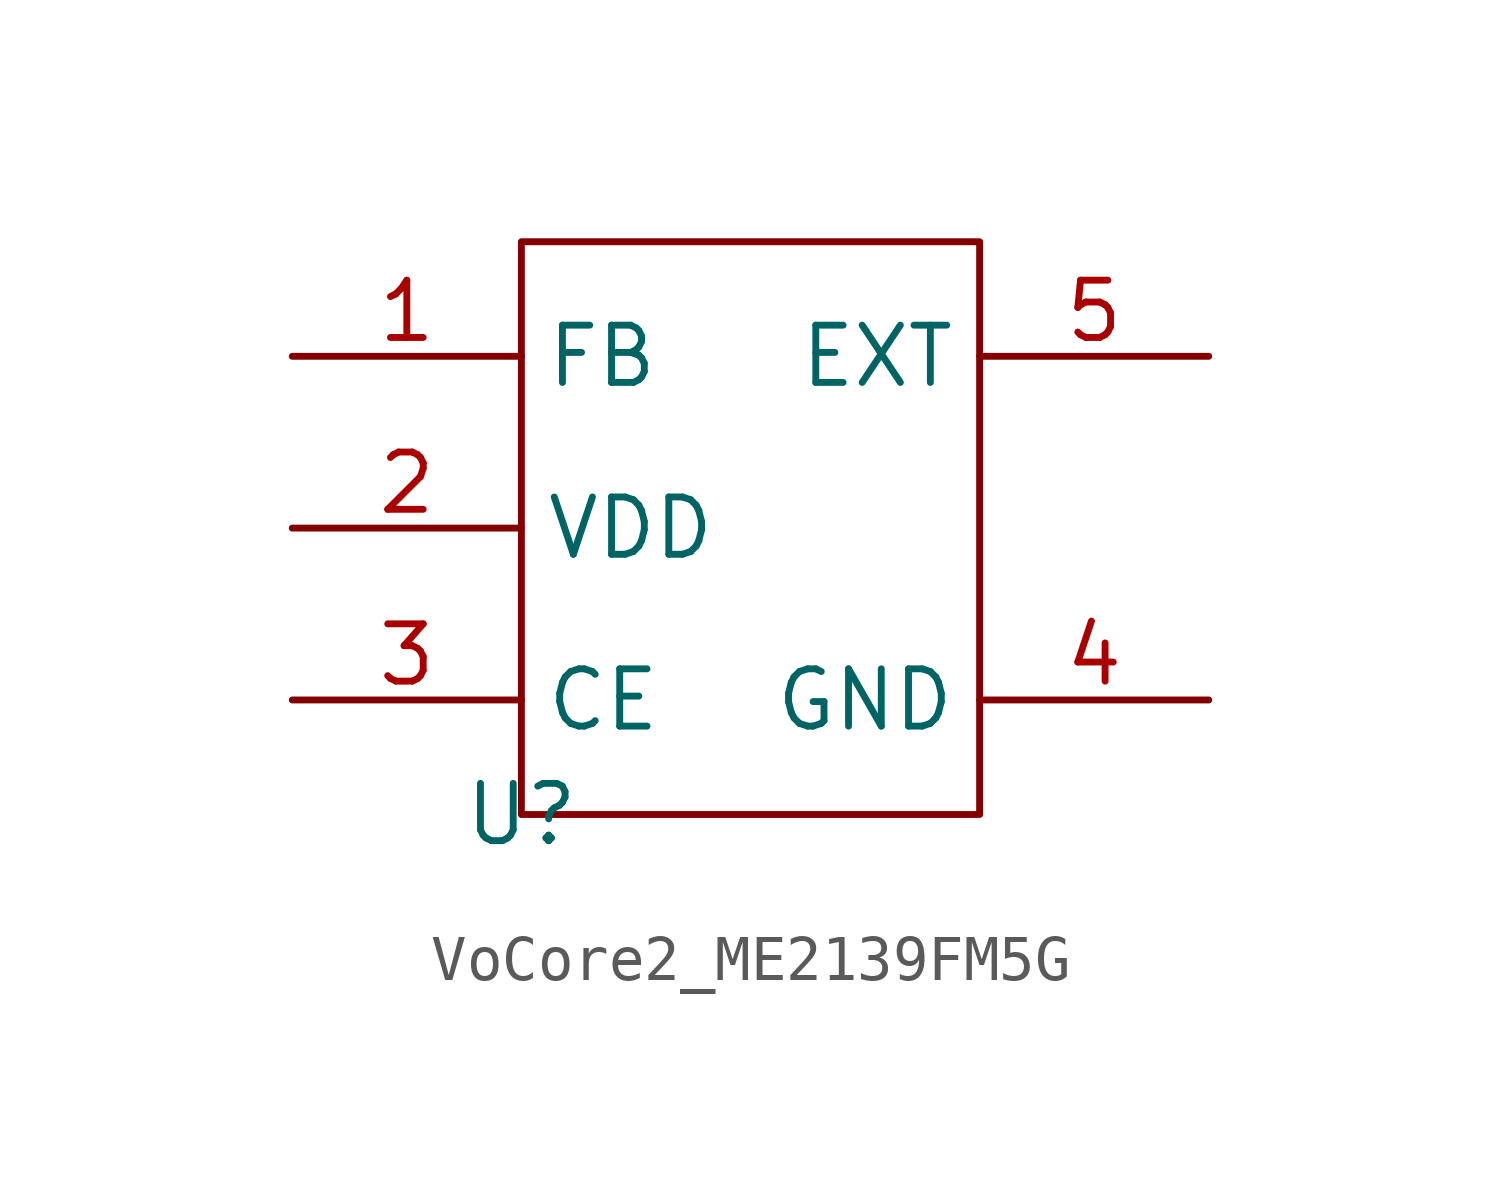
<source format=kicad_sym>
(kicad_symbol_lib
  (version 20241209)
  (generator "kicad_symbol_editor")
  (generator_version "9.0")
  (symbol "VoCore2_ME2139FM5G"
    (property "Reference" "U"
      (at 0 0 0)
      (effects (font (size 1.27 1.27))))
    (symbol "VoCore2_ME2139FM5G_1_0"
      (rectangle (start 0 12.7) (end 10.16 0) (stroke (width 0) (type default)) (fill (type none)))
      (pin input line (at -5.08 10.16 0) (length 5.08) (name "FB" (effects (font (size 1.27 1.27)))) (number "1" (effects (font (size 1.27 1.27)))))
      (pin input line (at -5.08 6.35 0) (length 5.08) (name "VDD" (effects (font (size 1.27 1.27)))) (number "2" (effects (font (size 1.27 1.27)))))
      (pin input line (at -5.08 2.54 0) (length 5.08) (name "CE" (effects (font (size 1.27 1.27)))) (number "3" (effects (font (size 1.27 1.27)))))
      (pin input line (at 15.24 10.16 180) (length 5.08) (name "EXT" (effects (font (size 1.27 1.27)))) (number "5" (effects (font (size 1.27 1.27)))))
      (pin input line (at 15.24 2.54 180) (length 5.08) (name "GND" (effects (font (size 1.27 1.27)))) (number "4" (effects (font (size 1.27 1.27))))))))
</source>
